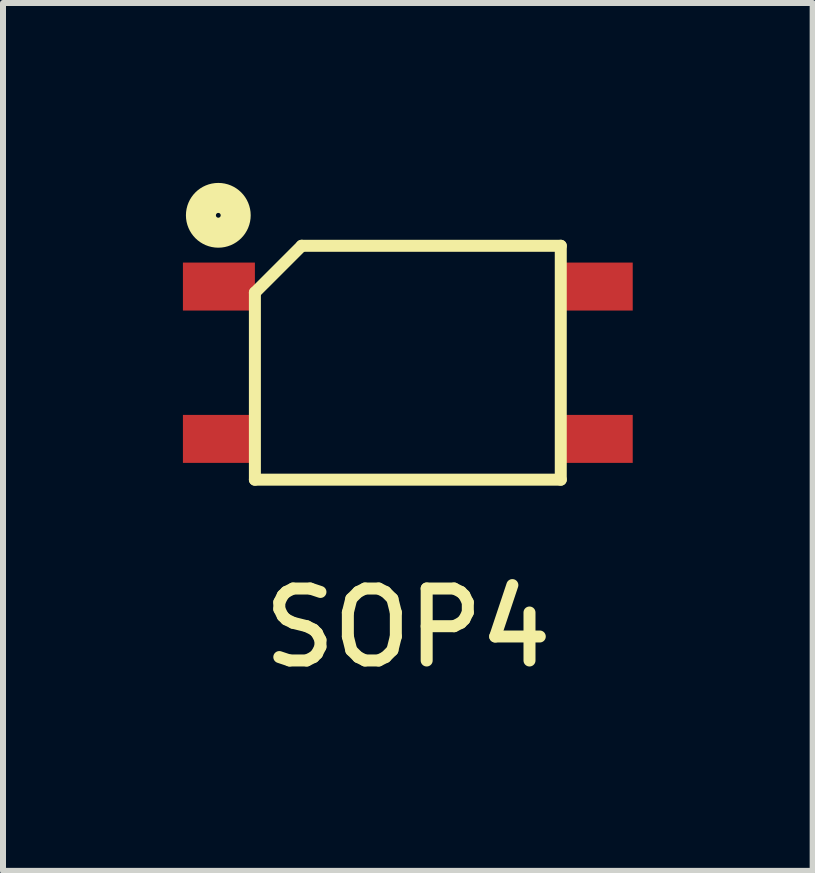
<source format=kicad_pcb>
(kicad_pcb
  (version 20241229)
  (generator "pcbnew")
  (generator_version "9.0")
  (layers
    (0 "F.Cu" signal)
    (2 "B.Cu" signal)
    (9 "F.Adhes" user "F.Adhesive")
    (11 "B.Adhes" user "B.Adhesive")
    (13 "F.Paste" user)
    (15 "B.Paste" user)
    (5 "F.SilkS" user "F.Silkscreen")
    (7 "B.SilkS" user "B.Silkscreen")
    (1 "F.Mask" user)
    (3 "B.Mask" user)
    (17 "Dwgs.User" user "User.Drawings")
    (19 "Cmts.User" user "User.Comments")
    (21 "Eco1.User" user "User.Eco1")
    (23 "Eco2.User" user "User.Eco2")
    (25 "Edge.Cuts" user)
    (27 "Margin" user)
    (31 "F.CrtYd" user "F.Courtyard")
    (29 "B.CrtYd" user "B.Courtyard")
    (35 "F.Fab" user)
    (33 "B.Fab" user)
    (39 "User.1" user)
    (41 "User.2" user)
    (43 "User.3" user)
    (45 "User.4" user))
  (footprint "SOP4"
    (layer "F.Cu")
    (at 3.75 2.998)
    (property "Reference" "SOP4" (at 0 4.42 0) (layer "F.SilkS") (effects (font (size 1.2 1.2) (thickness 0.2))))
    (attr through_hole)
    (fp_line (start -2.55 -1.17) (end -2.55 1.95) (stroke (width 0.2) (type solid)) (layer "F.SilkS"))
    (fp_line (start -2.55 1.95) (end 2.55 1.95) (stroke (width 0.2) (type solid)) (layer "F.SilkS"))
    (fp_line (start -1.77 -1.95) (end -2.55 -1.17) (stroke (width 0.2) (type solid)) (layer "F.SilkS"))
    (fp_line (start 2.55 -1.95) (end -1.77 -1.95) (stroke (width 0.2) (type solid)) (layer "F.SilkS"))
    (fp_line (start 2.55 1.95) (end 2.55 -1.95) (stroke (width 0.2) (type solid)) (layer "F.SilkS"))
    (fp_circle (center -3.16 -2.458) (end -3.16 -2.168) (stroke (width 0.5) (type solid)) (fill no) (layer "F.SilkS"))
    (pad "1" smd rect (at -3.15 -1.27) (size 1.2 0.8) (layers "F.Cu" "F.Mask" "F.Paste"))
    (pad "2" smd rect (at -3.15 1.27) (size 1.2 0.8) (layers "F.Cu" "F.Mask" "F.Paste"))
    (pad "3" smd rect (at 3.15 1.27) (size 1.2 0.8) (layers "F.Cu" "F.Mask" "F.Paste"))
    (pad "4" smd rect (at 3.15 -1.27) (size 1.2 0.8) (layers "F.Cu" "F.Mask" "F.Paste")))
  (gr_rect
    (start -3 -3)
    (end 10.5 11.471)
    (stroke (width 0.1) (type default))
    (fill no)
    (layer "Edge.Cuts")))
</source>
